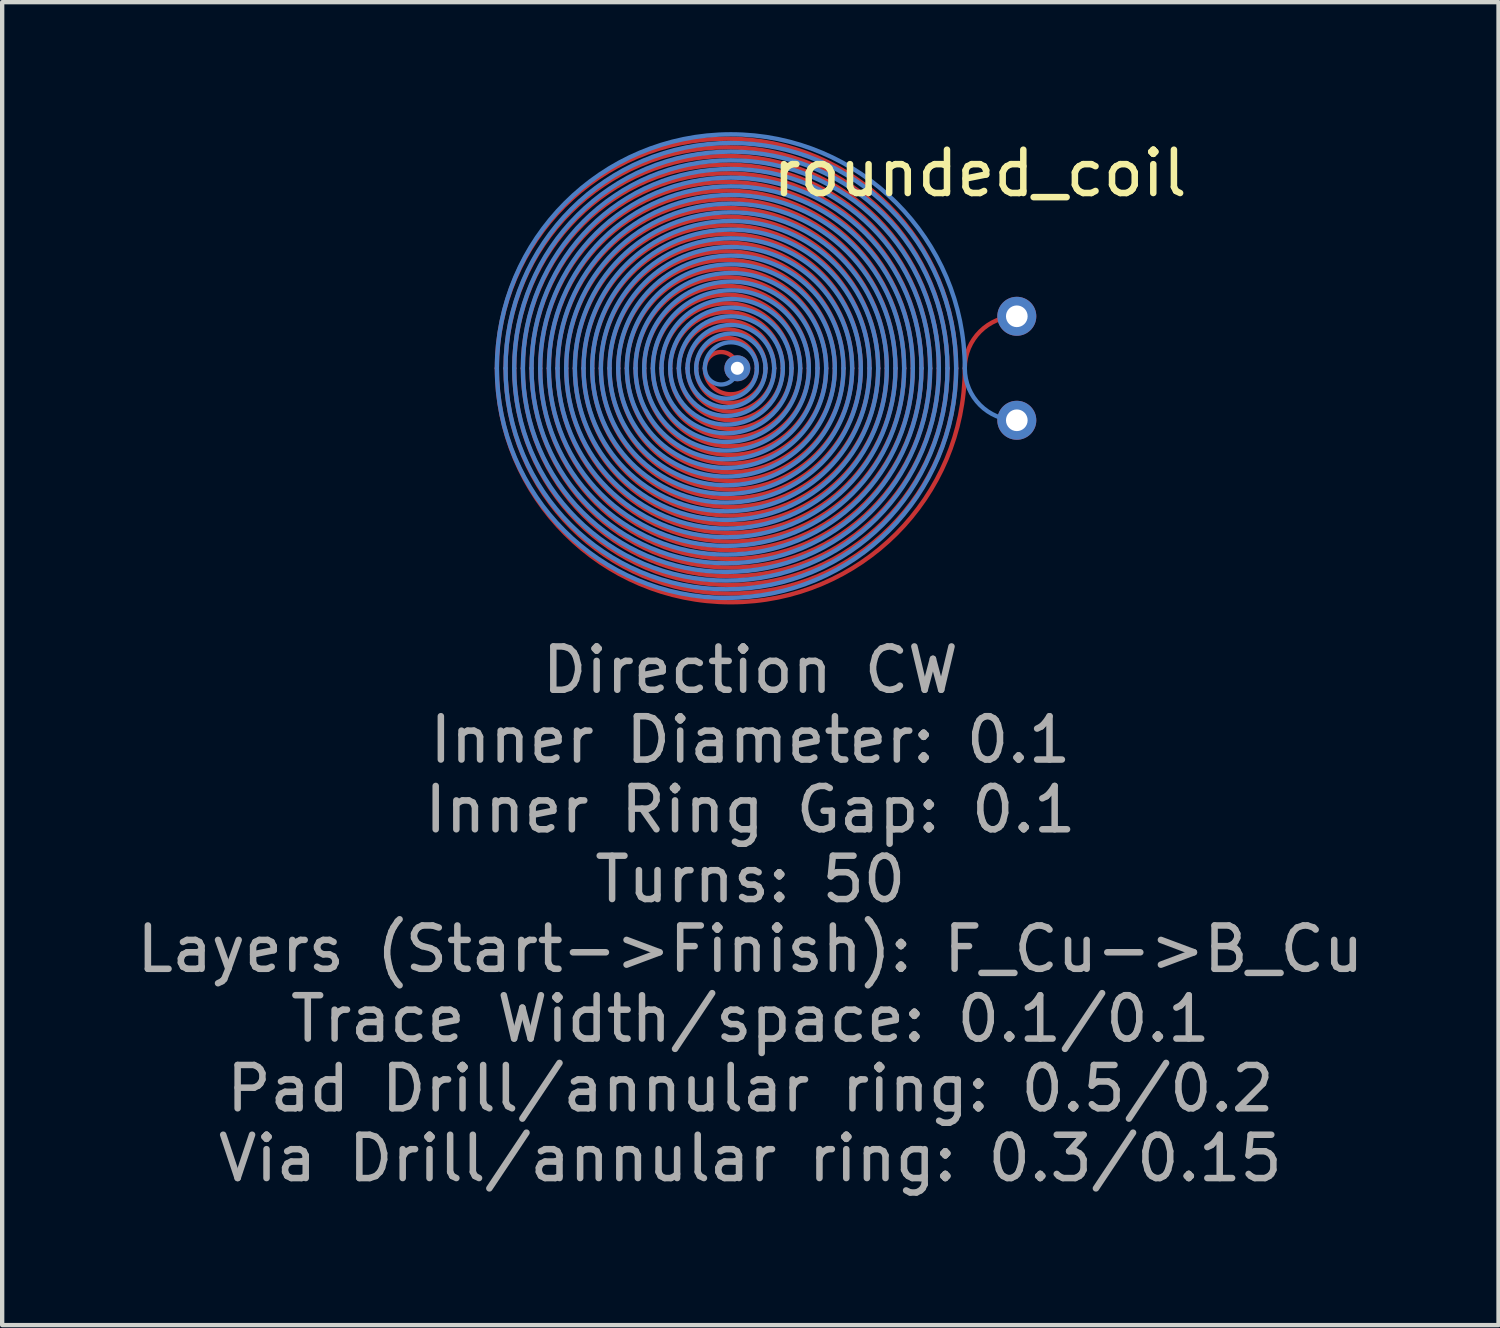
<source format=kicad_pcb>
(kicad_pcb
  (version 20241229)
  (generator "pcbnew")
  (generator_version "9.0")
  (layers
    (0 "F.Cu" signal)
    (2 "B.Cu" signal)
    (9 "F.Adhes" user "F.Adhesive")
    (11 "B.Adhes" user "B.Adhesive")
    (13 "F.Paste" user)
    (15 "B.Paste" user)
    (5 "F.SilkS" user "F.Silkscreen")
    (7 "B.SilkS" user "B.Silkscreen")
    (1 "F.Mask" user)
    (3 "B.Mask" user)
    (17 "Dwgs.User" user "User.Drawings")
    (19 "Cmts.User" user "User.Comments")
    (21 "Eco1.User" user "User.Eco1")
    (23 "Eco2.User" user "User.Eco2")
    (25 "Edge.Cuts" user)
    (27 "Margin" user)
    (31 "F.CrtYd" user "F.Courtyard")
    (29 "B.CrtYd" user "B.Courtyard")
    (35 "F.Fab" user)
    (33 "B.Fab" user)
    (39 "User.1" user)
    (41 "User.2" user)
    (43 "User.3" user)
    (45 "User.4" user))
  (footprint "rounded_coil"
    (layer "F.Cu")
    (at 13.468 5.45)
    (property "Reference" "rounded_coil" (at 6.1 -4.5 0) (unlocked yes) (layer "F.SilkS") (effects (font (size 1 1) (thickness 0.15))))
    (fp_arc (start -5.05 0) (mid 0.25 -5.3) (end 5.55 0) (stroke (width 0.1) (type default)) (layer "F.Cu"))
    (fp_arc (start -4.85 0) (mid 0.25 -5.1) (end 5.35 0) (stroke (width 0.1) (type default)) (layer "F.Cu"))
    (fp_arc (start -4.65 0) (mid 0.25 -4.9) (end 5.15 0) (stroke (width 0.1) (type default)) (layer "F.Cu"))
    (fp_arc (start -4.45 0) (mid 0.25 -4.7) (end 4.95 0) (stroke (width 0.1) (type default)) (layer "F.Cu"))
    (fp_arc (start -4.25 0) (mid 0.25 -4.5) (end 4.75 0) (stroke (width 0.1) (type default)) (layer "F.Cu"))
    (fp_arc (start -4.05 0) (mid 0.25 -4.3) (end 4.55 0) (stroke (width 0.1) (type default)) (layer "F.Cu"))
    (fp_arc (start -3.85 0) (mid 0.25 -4.1) (end 4.35 0) (stroke (width 0.1) (type default)) (layer "F.Cu"))
    (fp_arc (start -3.65 0) (mid 0.25 -3.9) (end 4.15 0) (stroke (width 0.1) (type default)) (layer "F.Cu"))
    (fp_arc (start -3.45 0) (mid 0.25 -3.7) (end 3.95 0) (stroke (width 0.1) (type default)) (layer "F.Cu"))
    (fp_arc (start -3.25 0) (mid 0.25 -3.5) (end 3.75 0) (stroke (width 0.1) (type default)) (layer "F.Cu"))
    (fp_arc (start -3.05 0) (mid 0.25 -3.3) (end 3.55 0) (stroke (width 0.1) (type default)) (layer "F.Cu"))
    (fp_arc (start -2.85 0) (mid 0.25 -3.1) (end 3.35 0) (stroke (width 0.1) (type default)) (layer "F.Cu"))
    (fp_arc (start -2.65 0) (mid 0.25 -2.9) (end 3.15 0) (stroke (width 0.1) (type default)) (layer "F.Cu"))
    (fp_arc (start -2.45 0) (mid 0.25 -2.7) (end 2.95 0) (stroke (width 0.1) (type default)) (layer "F.Cu"))
    (fp_arc (start -2.25 0) (mid 0.25 -2.5) (end 2.75 0) (stroke (width 0.1) (type default)) (layer "F.Cu"))
    (fp_arc (start -2.05 0) (mid 0.25 -2.3) (end 2.55 0) (stroke (width 0.1) (type default)) (layer "F.Cu"))
    (fp_arc (start -1.85 0) (mid 0.25 -2.1) (end 2.35 0) (stroke (width 0.1) (type default)) (layer "F.Cu"))
    (fp_arc (start -1.65 0) (mid 0.25 -1.9) (end 2.15 0) (stroke (width 0.1) (type default)) (layer "F.Cu"))
    (fp_arc (start -1.45 0) (mid 0.25 -1.7) (end 1.95 0) (stroke (width 0.1) (type default)) (layer "F.Cu"))
    (fp_arc (start -1.25 0) (mid 0.25 -1.5) (end 1.75 0) (stroke (width 0.1) (type default)) (layer "F.Cu"))
    (fp_arc (start -1.05 0) (mid 0.25 -1.3) (end 1.55 0) (stroke (width 0.1) (type default)) (layer "F.Cu"))
    (fp_arc (start -0.85 0) (mid 0.25 -1.1) (end 1.35 0) (stroke (width 0.1) (type default)) (layer "F.Cu"))
    (fp_arc (start -0.65 0) (mid 0.25 -0.9) (end 1.15 0) (stroke (width 0.1) (type default)) (layer "F.Cu"))
    (fp_arc (start -0.45 0) (mid 0.25 -0.7) (end 0.95 0) (stroke (width 0.1) (type default)) (layer "F.Cu"))
    (fp_arc (start -0.25 0) (mid 0.125 -0.375) (end 0.5 0) (stroke (width 0.1) (type default)) (layer "F.Cu"))
    (fp_arc (start 0.95 0) (mid 0.35 0.6) (end -0.25 0) (stroke (width 0.1) (type default)) (layer "F.Cu"))
    (fp_arc (start 1.15 0) (mid 0.35 0.8) (end -0.45 0) (stroke (width 0.1) (type default)) (layer "F.Cu"))
    (fp_arc (start 1.35 0) (mid 0.35 1) (end -0.65 0) (stroke (width 0.1) (type default)) (layer "F.Cu"))
    (fp_arc (start 1.55 0) (mid 0.35 1.2) (end -0.85 0) (stroke (width 0.1) (type default)) (layer "F.Cu"))
    (fp_arc (start 1.75 0) (mid 0.35 1.4) (end -1.05 0) (stroke (width 0.1) (type default)) (layer "F.Cu"))
    (fp_arc (start 1.95 0) (mid 0.35 1.6) (end -1.25 0) (stroke (width 0.1) (type default)) (layer "F.Cu"))
    (fp_arc (start 2.15 0) (mid 0.35 1.8) (end -1.45 0) (stroke (width 0.1) (type default)) (layer "F.Cu"))
    (fp_arc (start 2.35 0) (mid 0.35 2) (end -1.65 0) (stroke (width 0.1) (type default)) (layer "F.Cu"))
    (fp_arc (start 2.55 0) (mid 0.35 2.2) (end -1.85 0) (stroke (width 0.1) (type default)) (layer "F.Cu"))
    (fp_arc (start 2.75 0) (mid 0.35 2.4) (end -2.05 0) (stroke (width 0.1) (type default)) (layer "F.Cu"))
    (fp_arc (start 2.95 0) (mid 0.35 2.6) (end -2.25 0) (stroke (width 0.1) (type default)) (layer "F.Cu"))
    (fp_arc (start 3.15 0) (mid 0.35 2.8) (end -2.45 0) (stroke (width 0.1) (type default)) (layer "F.Cu"))
    (fp_arc (start 3.35 0) (mid 0.35 3) (end -2.65 0) (stroke (width 0.1) (type default)) (layer "F.Cu"))
    (fp_arc (start 3.55 0) (mid 0.35 3.2) (end -2.85 0) (stroke (width 0.1) (type default)) (layer "F.Cu"))
    (fp_arc (start 3.75 0) (mid 0.35 3.4) (end -3.05 0) (stroke (width 0.1) (type default)) (layer "F.Cu"))
    (fp_arc (start 3.95 0) (mid 0.35 3.6) (end -3.25 0) (stroke (width 0.1) (type default)) (layer "F.Cu"))
    (fp_arc (start 4.15 0) (mid 0.35 3.8) (end -3.45 0) (stroke (width 0.1) (type default)) (layer "F.Cu"))
    (fp_arc (start 4.35 0) (mid 0.35 4) (end -3.65 0) (stroke (width 0.1) (type default)) (layer "F.Cu"))
    (fp_arc (start 4.55 0) (mid 0.35 4.2) (end -3.85 0) (stroke (width 0.1) (type default)) (layer "F.Cu"))
    (fp_arc (start 4.75 0) (mid 0.35 4.4) (end -4.05 0) (stroke (width 0.1) (type default)) (layer "F.Cu"))
    (fp_arc (start 4.95 0) (mid 0.35 4.6) (end -4.25 0) (stroke (width 0.1) (type default)) (layer "F.Cu"))
    (fp_arc (start 5.15 0) (mid 0.35 4.8) (end -4.45 0) (stroke (width 0.1) (type default)) (layer "F.Cu"))
    (fp_arc (start 5.35 0) (mid 0.35 5) (end -4.65 0) (stroke (width 0.1) (type default)) (layer "F.Cu"))
    (fp_arc (start 5.55 0) (mid 0.35 5.2) (end -4.85 0) (stroke (width 0.1) (type default)) (layer "F.Cu"))
    (fp_arc (start 5.75 0) (mid 0.35 5.4) (end -5.05 0) (stroke (width 0.1) (type default)) (layer "F.Cu"))
    (fp_arc (start 5.75 0) (mid 6.101472 -0.848528) (end 6.95 -1.2) (stroke (width 0.1) (type default)) (layer "F.Cu"))
    (fp_arc (start -5.05 0) (mid 0.35 -5.4) (end 5.75 0) (stroke (width 0.1) (type default)) (layer "B.Cu"))
    (fp_arc (start -4.85 0) (mid 0.35 -5.2) (end 5.55 0) (stroke (width 0.1) (type default)) (layer "B.Cu"))
    (fp_arc (start -4.65 0) (mid 0.35 -5) (end 5.35 0) (stroke (width 0.1) (type default)) (layer "B.Cu"))
    (fp_arc (start -4.45 0) (mid 0.35 -4.8) (end 5.15 0) (stroke (width 0.1) (type default)) (layer "B.Cu"))
    (fp_arc (start -4.25 0) (mid 0.35 -4.6) (end 4.95 0) (stroke (width 0.1) (type default)) (layer "B.Cu"))
    (fp_arc (start -4.05 0) (mid 0.35 -4.4) (end 4.75 0) (stroke (width 0.1) (type default)) (layer "B.Cu"))
    (fp_arc (start -3.85 0) (mid 0.35 -4.2) (end 4.55 0) (stroke (width 0.1) (type default)) (layer "B.Cu"))
    (fp_arc (start -3.65 0) (mid 0.35 -4) (end 4.35 0) (stroke (width 0.1) (type default)) (layer "B.Cu"))
    (fp_arc (start -3.45 0) (mid 0.35 -3.8) (end 4.15 0) (stroke (width 0.1) (type default)) (layer "B.Cu"))
    (fp_arc (start -3.25 0) (mid 0.35 -3.6) (end 3.95 0) (stroke (width 0.1) (type default)) (layer "B.Cu"))
    (fp_arc (start -3.05 0) (mid 0.35 -3.4) (end 3.75 0) (stroke (width 0.1) (type default)) (layer "B.Cu"))
    (fp_arc (start -2.85 0) (mid 0.35 -3.2) (end 3.55 0) (stroke (width 0.1) (type default)) (layer "B.Cu"))
    (fp_arc (start -2.65 0) (mid 0.35 -3) (end 3.35 0) (stroke (width 0.1) (type default)) (layer "B.Cu"))
    (fp_arc (start -2.45 0) (mid 0.35 -2.8) (end 3.15 0) (stroke (width 0.1) (type default)) (layer "B.Cu"))
    (fp_arc (start -2.25 0) (mid 0.35 -2.6) (end 2.95 0) (stroke (width 0.1) (type default)) (layer "B.Cu"))
    (fp_arc (start -2.05 0) (mid 0.35 -2.4) (end 2.75 0) (stroke (width 0.1) (type default)) (layer "B.Cu"))
    (fp_arc (start -1.85 0) (mid 0.35 -2.2) (end 2.55 0) (stroke (width 0.1) (type default)) (layer "B.Cu"))
    (fp_arc (start -1.65 0) (mid 0.35 -2) (end 2.35 0) (stroke (width 0.1) (type default)) (layer "B.Cu"))
    (fp_arc (start -1.45 0) (mid 0.35 -1.8) (end 2.15 0) (stroke (width 0.1) (type default)) (layer "B.Cu"))
    (fp_arc (start -1.25 0) (mid 0.35 -1.6) (end 1.95 0) (stroke (width 0.1) (type default)) (layer "B.Cu"))
    (fp_arc (start -1.05 0) (mid 0.35 -1.4) (end 1.75 0) (stroke (width 0.1) (type default)) (layer "B.Cu"))
    (fp_arc (start -0.85 0) (mid 0.35 -1.2) (end 1.55 0) (stroke (width 0.1) (type default)) (layer "B.Cu"))
    (fp_arc (start -0.65 0) (mid 0.35 -1) (end 1.35 0) (stroke (width 0.1) (type default)) (layer "B.Cu"))
    (fp_arc (start -0.45 0) (mid 0.35 -0.8) (end 1.15 0) (stroke (width 0.1) (type default)) (layer "B.Cu"))
    (fp_arc (start -0.25 0) (mid 0.35 -0.6) (end 0.95 0) (stroke (width 0.1) (type default)) (layer "B.Cu"))
    (fp_arc (start 0.5 0) (mid 0.125 0.375) (end -0.25 0) (stroke (width 0.1) (type default)) (layer "B.Cu"))
    (fp_arc (start 0.95 0) (mid 0.25 0.7) (end -0.45 0) (stroke (width 0.1) (type default)) (layer "B.Cu"))
    (fp_arc (start 1.15 0) (mid 0.25 0.9) (end -0.65 0) (stroke (width 0.1) (type default)) (layer "B.Cu"))
    (fp_arc (start 1.35 0) (mid 0.25 1.1) (end -0.85 0) (stroke (width 0.1) (type default)) (layer "B.Cu"))
    (fp_arc (start 1.55 0) (mid 0.25 1.3) (end -1.05 0) (stroke (width 0.1) (type default)) (layer "B.Cu"))
    (fp_arc (start 1.75 0) (mid 0.25 1.5) (end -1.25 0) (stroke (width 0.1) (type default)) (layer "B.Cu"))
    (fp_arc (start 1.95 0) (mid 0.25 1.7) (end -1.45 0) (stroke (width 0.1) (type default)) (layer "B.Cu"))
    (fp_arc (start 2.15 0) (mid 0.25 1.9) (end -1.65 0) (stroke (width 0.1) (type default)) (layer "B.Cu"))
    (fp_arc (start 2.35 0) (mid 0.25 2.1) (end -1.85 0) (stroke (width 0.1) (type default)) (layer "B.Cu"))
    (fp_arc (start 2.55 0) (mid 0.25 2.3) (end -2.05 0) (stroke (width 0.1) (type default)) (layer "B.Cu"))
    (fp_arc (start 2.75 0) (mid 0.25 2.5) (end -2.25 0) (stroke (width 0.1) (type default)) (layer "B.Cu"))
    (fp_arc (start 2.95 0) (mid 0.25 2.7) (end -2.45 0) (stroke (width 0.1) (type default)) (layer "B.Cu"))
    (fp_arc (start 3.15 0) (mid 0.25 2.9) (end -2.65 0) (stroke (width 0.1) (type default)) (layer "B.Cu"))
    (fp_arc (start 3.35 0) (mid 0.25 3.1) (end -2.85 0) (stroke (width 0.1) (type default)) (layer "B.Cu"))
    (fp_arc (start 3.55 0) (mid 0.25 3.3) (end -3.05 0) (stroke (width 0.1) (type default)) (layer "B.Cu"))
    (fp_arc (start 3.75 0) (mid 0.25 3.5) (end -3.25 0) (stroke (width 0.1) (type default)) (layer "B.Cu"))
    (fp_arc (start 3.95 0) (mid 0.25 3.7) (end -3.45 0) (stroke (width 0.1) (type default)) (layer "B.Cu"))
    (fp_arc (start 4.15 0) (mid 0.25 3.9) (end -3.65 0) (stroke (width 0.1) (type default)) (layer "B.Cu"))
    (fp_arc (start 4.35 0) (mid 0.25 4.1) (end -3.85 0) (stroke (width 0.1) (type default)) (layer "B.Cu"))
    (fp_arc (start 4.55 0) (mid 0.25 4.3) (end -4.05 0) (stroke (width 0.1) (type default)) (layer "B.Cu"))
    (fp_arc (start 4.75 0) (mid 0.25 4.5) (end -4.25 0) (stroke (width 0.1) (type default)) (layer "B.Cu"))
    (fp_arc (start 4.95 0) (mid 0.25 4.7) (end -4.45 0) (stroke (width 0.1) (type default)) (layer "B.Cu"))
    (fp_arc (start 5.15 0) (mid 0.25 4.9) (end -4.65 0) (stroke (width 0.1) (type default)) (layer "B.Cu"))
    (fp_arc (start 5.35 0) (mid 0.25 5.1) (end -4.85 0) (stroke (width 0.1) (type default)) (layer "B.Cu"))
    (fp_arc (start 5.55 0) (mid 0.25 5.3) (end -5.05 0) (stroke (width 0.1) (type default)) (layer "B.Cu"))
    (fp_arc (start 6.95 1.2) (mid 6.101472 0.848528) (end 5.75 0) (stroke (width 0.1) (type default)) (layer "B.Cu"))
    (fp_circle (center 0 0) (end 0 0.1) (stroke (width 0.15) (type default)) (fill no) (layer "User.1"))
    (fp_text user "Direction CW\nInner Diameter: 0.1\nInner Ring Gap: 0.1\nTurns: 50\nLayers (Start->Finish): F_Cu->B_Cu\nTrace Width/space: 0.1/0.1\nPad Drill/annular ring: 0.5/0.2\nVia Drill/annular ring: 0.3/0.15" (at 0.8 12.6 0) (layer "F.Fab") (effects (font (size 1 1) (thickness 0.15))))
    (pad "1" thru_hole circle (at 6.95 -1.2) (size 0.9 0.9) (drill 0.5) (layers "*.Cu"))
    (pad "2" thru_hole circle (at 6.95 1.2) (size 0.9 0.9) (drill 0.5) (layers "*.Cu"))
    (pad "3" thru_hole circle (at 0.5 0) (size 0.6 0.6) (drill 0.3) (layers "*.Cu")))
  (gr_rect
    (start -3 -3)
    (end 31.536 27.533)
    (stroke (width 0.1) (type default))
    (fill no)
    (layer "Edge.Cuts")))
</source>
